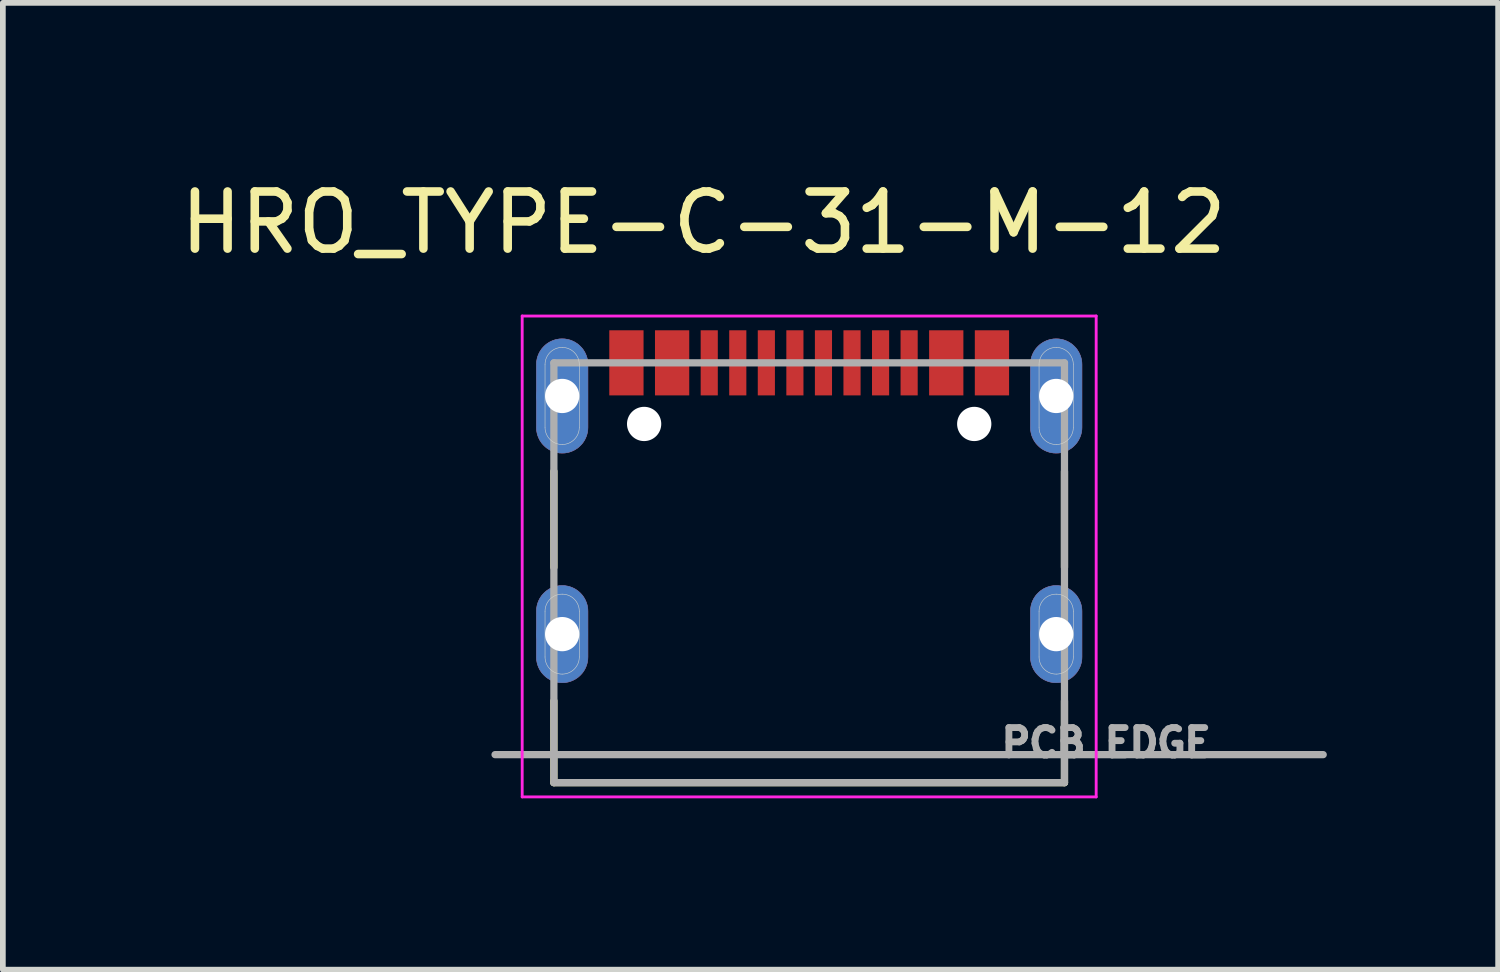
<source format=kicad_pcb>
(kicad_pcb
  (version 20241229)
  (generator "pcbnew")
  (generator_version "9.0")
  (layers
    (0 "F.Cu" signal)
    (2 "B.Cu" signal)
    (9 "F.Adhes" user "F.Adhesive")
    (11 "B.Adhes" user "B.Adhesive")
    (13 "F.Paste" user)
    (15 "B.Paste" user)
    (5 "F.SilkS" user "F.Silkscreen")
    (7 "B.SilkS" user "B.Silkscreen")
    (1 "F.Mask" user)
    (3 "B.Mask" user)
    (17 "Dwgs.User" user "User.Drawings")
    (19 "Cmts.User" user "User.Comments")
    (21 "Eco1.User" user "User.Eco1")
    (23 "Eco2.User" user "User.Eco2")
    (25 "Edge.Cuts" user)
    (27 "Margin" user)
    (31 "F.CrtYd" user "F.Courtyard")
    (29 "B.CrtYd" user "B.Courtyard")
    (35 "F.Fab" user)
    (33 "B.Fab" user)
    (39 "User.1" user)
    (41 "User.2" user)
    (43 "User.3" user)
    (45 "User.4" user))
  (footprint "HRO_TYPE-C-31-M-12"
    (layer "F.Cu")
    (at 11.118 8.053)
    (property "Reference" "HRO_TYPE-C-31-M-12" (at -1.85 -7.205 0) (layer "F.SilkS") (effects (font (size 1 1) (thickness 0.15))))
    (attr through_hole)
    (fp_poly (pts (xy -4.775 -3.62) (xy -4.775 -4.72) (xy -4.774 -4.744) (xy -4.773 -4.767) (xy -4.769 -4.79) (xy -4.765 -4.814) (xy -4.76 -4.836) (xy -4.753 -4.859) (xy -4.745 -4.881) (xy -4.736 -4.903) (xy -4.726 -4.924) (xy -4.715 -4.945) (xy -4.702 -4.965) (xy -4.689 -4.985) (xy -4.675 -5.003) (xy -4.659 -5.021) (xy -4.643 -5.038) (xy -4.626 -5.054) (xy -4.608 -5.07) (xy -4.59 -5.084) (xy -4.57 -5.097) (xy -4.55 -5.11) (xy -4.529 -5.121) (xy -4.508 -5.131) (xy -4.486 -5.14) (xy -4.464 -5.148) (xy -4.441 -5.155) (xy -4.419 -5.16) (xy -4.395 -5.164) (xy -4.372 -5.168) (xy -4.349 -5.169) (xy -4.325 -5.17) (xy -4.301 -5.169) (xy -4.278 -5.168) (xy -4.255 -5.164) (xy -4.231 -5.16) (xy -4.209 -5.155) (xy -4.186 -5.148) (xy -4.164 -5.14) (xy -4.142 -5.131) (xy -4.121 -5.121) (xy -4.1 -5.11) (xy -4.08 -5.097) (xy -4.06 -5.084) (xy -4.042 -5.07) (xy -4.024 -5.054) (xy -4.007 -5.038) (xy -3.991 -5.021) (xy -3.975 -5.003) (xy -3.961 -4.985) (xy -3.948 -4.965) (xy -3.935 -4.945) (xy -3.924 -4.924) (xy -3.914 -4.903) (xy -3.905 -4.881) (xy -3.897 -4.859) (xy -3.89 -4.836) (xy -3.885 -4.814) (xy -3.881 -4.79) (xy -3.877 -4.767) (xy -3.876 -4.744) (xy -3.875 -4.72) (xy -3.875 -3.62) (xy -3.876 -3.596) (xy -3.877 -3.573) (xy -3.881 -3.55) (xy -3.885 -3.526) (xy -3.89 -3.504) (xy -3.897 -3.481) (xy -3.905 -3.459) (xy -3.914 -3.437) (xy -3.924 -3.416) (xy -3.935 -3.395) (xy -3.948 -3.375) (xy -3.961 -3.355) (xy -3.975 -3.337) (xy -3.991 -3.319) (xy -4.007 -3.302) (xy -4.024 -3.286) (xy -4.042 -3.27) (xy -4.06 -3.256) (xy -4.08 -3.243) (xy -4.1 -3.23) (xy -4.121 -3.219) (xy -4.142 -3.209) (xy -4.164 -3.2) (xy -4.186 -3.192) (xy -4.209 -3.185) (xy -4.231 -3.18) (xy -4.255 -3.176) (xy -4.278 -3.172) (xy -4.301 -3.171) (xy -4.325 -3.17) (xy -4.349 -3.171) (xy -4.372 -3.172) (xy -4.395 -3.176) (xy -4.419 -3.18) (xy -4.441 -3.185) (xy -4.464 -3.192) (xy -4.486 -3.2) (xy -4.508 -3.209) (xy -4.529 -3.219) (xy -4.55 -3.23) (xy -4.57 -3.243) (xy -4.59 -3.256) (xy -4.608 -3.27) (xy -4.626 -3.286) (xy -4.643 -3.302) (xy -4.659 -3.319) (xy -4.675 -3.337) (xy -4.689 -3.355) (xy -4.702 -3.375) (xy -4.715 -3.395) (xy -4.726 -3.416) (xy -4.736 -3.437) (xy -4.745 -3.459) (xy -4.753 -3.481) (xy -4.76 -3.504) (xy -4.765 -3.526) (xy -4.769 -3.55) (xy -4.773 -3.573) (xy -4.774 -3.596) (xy -4.775 -3.62)) (stroke (width 0.01) (type solid)) (fill yes) (layer "F.Cu"))
    (fp_poly (pts (xy -4.775 0.4) (xy -4.775 -0.4) (xy -4.774 -0.424) (xy -4.773 -0.447) (xy -4.769 -0.47) (xy -4.765 -0.494) (xy -4.76 -0.516) (xy -4.753 -0.539) (xy -4.745 -0.561) (xy -4.736 -0.583) (xy -4.726 -0.604) (xy -4.715 -0.625) (xy -4.702 -0.645) (xy -4.689 -0.665) (xy -4.675 -0.683) (xy -4.659 -0.701) (xy -4.643 -0.718) (xy -4.626 -0.734) (xy -4.608 -0.75) (xy -4.59 -0.764) (xy -4.57 -0.777) (xy -4.55 -0.79) (xy -4.529 -0.801) (xy -4.508 -0.811) (xy -4.486 -0.82) (xy -4.464 -0.828) (xy -4.441 -0.835) (xy -4.419 -0.84) (xy -4.395 -0.844) (xy -4.372 -0.848) (xy -4.349 -0.849) (xy -4.325 -0.85) (xy -4.301 -0.849) (xy -4.278 -0.848) (xy -4.255 -0.844) (xy -4.231 -0.84) (xy -4.209 -0.835) (xy -4.186 -0.828) (xy -4.164 -0.82) (xy -4.142 -0.811) (xy -4.121 -0.801) (xy -4.1 -0.79) (xy -4.08 -0.777) (xy -4.06 -0.764) (xy -4.042 -0.75) (xy -4.024 -0.734) (xy -4.007 -0.718) (xy -3.991 -0.701) (xy -3.975 -0.683) (xy -3.961 -0.665) (xy -3.948 -0.645) (xy -3.935 -0.625) (xy -3.924 -0.604) (xy -3.914 -0.583) (xy -3.905 -0.561) (xy -3.897 -0.539) (xy -3.89 -0.516) (xy -3.885 -0.494) (xy -3.881 -0.47) (xy -3.877 -0.447) (xy -3.876 -0.424) (xy -3.875 -0.4) (xy -3.875 0.4) (xy -3.876 0.424) (xy -3.877 0.447) (xy -3.881 0.47) (xy -3.885 0.494) (xy -3.89 0.516) (xy -3.897 0.539) (xy -3.905 0.561) (xy -3.914 0.583) (xy -3.924 0.604) (xy -3.935 0.625) (xy -3.948 0.645) (xy -3.961 0.665) (xy -3.975 0.683) (xy -3.991 0.701) (xy -4.007 0.718) (xy -4.024 0.734) (xy -4.042 0.75) (xy -4.06 0.764) (xy -4.08 0.777) (xy -4.1 0.79) (xy -4.121 0.801) (xy -4.142 0.811) (xy -4.164 0.82) (xy -4.186 0.828) (xy -4.209 0.835) (xy -4.231 0.84) (xy -4.255 0.844) (xy -4.278 0.848) (xy -4.301 0.849) (xy -4.325 0.85) (xy -4.349 0.849) (xy -4.372 0.848) (xy -4.395 0.844) (xy -4.419 0.84) (xy -4.441 0.835) (xy -4.464 0.828) (xy -4.486 0.82) (xy -4.508 0.811) (xy -4.529 0.801) (xy -4.55 0.79) (xy -4.57 0.777) (xy -4.59 0.764) (xy -4.608 0.75) (xy -4.626 0.734) (xy -4.643 0.718) (xy -4.659 0.701) (xy -4.675 0.683) (xy -4.689 0.665) (xy -4.702 0.645) (xy -4.715 0.625) (xy -4.726 0.604) (xy -4.736 0.583) (xy -4.745 0.561) (xy -4.753 0.539) (xy -4.76 0.516) (xy -4.765 0.494) (xy -4.769 0.47) (xy -4.773 0.447) (xy -4.774 0.424) (xy -4.775 0.4)) (stroke (width 0.01) (type solid)) (fill yes) (layer "F.Cu"))
    (fp_poly (pts (xy 3.875 -3.62) (xy 3.875 -4.72) (xy 3.876 -4.744) (xy 3.877 -4.767) (xy 3.881 -4.79) (xy 3.885 -4.814) (xy 3.89 -4.836) (xy 3.897 -4.859) (xy 3.905 -4.881) (xy 3.914 -4.903) (xy 3.924 -4.924) (xy 3.935 -4.945) (xy 3.948 -4.965) (xy 3.961 -4.985) (xy 3.975 -5.003) (xy 3.991 -5.021) (xy 4.007 -5.038) (xy 4.024 -5.054) (xy 4.042 -5.07) (xy 4.06 -5.084) (xy 4.08 -5.097) (xy 4.1 -5.11) (xy 4.121 -5.121) (xy 4.142 -5.131) (xy 4.164 -5.14) (xy 4.186 -5.148) (xy 4.209 -5.155) (xy 4.231 -5.16) (xy 4.255 -5.164) (xy 4.278 -5.168) (xy 4.301 -5.169) (xy 4.325 -5.17) (xy 4.349 -5.169) (xy 4.372 -5.168) (xy 4.395 -5.164) (xy 4.419 -5.16) (xy 4.441 -5.155) (xy 4.464 -5.148) (xy 4.486 -5.14) (xy 4.508 -5.131) (xy 4.529 -5.121) (xy 4.55 -5.11) (xy 4.57 -5.097) (xy 4.59 -5.084) (xy 4.608 -5.07) (xy 4.626 -5.054) (xy 4.643 -5.038) (xy 4.659 -5.021) (xy 4.675 -5.003) (xy 4.689 -4.985) (xy 4.702 -4.965) (xy 4.715 -4.945) (xy 4.726 -4.924) (xy 4.736 -4.903) (xy 4.745 -4.881) (xy 4.753 -4.859) (xy 4.76 -4.836) (xy 4.765 -4.814) (xy 4.769 -4.79) (xy 4.773 -4.767) (xy 4.774 -4.744) (xy 4.775 -4.72) (xy 4.775 -3.62) (xy 4.774 -3.596) (xy 4.773 -3.573) (xy 4.769 -3.55) (xy 4.765 -3.526) (xy 4.76 -3.504) (xy 4.753 -3.481) (xy 4.745 -3.459) (xy 4.736 -3.437) (xy 4.726 -3.416) (xy 4.715 -3.395) (xy 4.702 -3.375) (xy 4.689 -3.355) (xy 4.675 -3.337) (xy 4.659 -3.319) (xy 4.643 -3.302) (xy 4.626 -3.286) (xy 4.608 -3.27) (xy 4.59 -3.256) (xy 4.57 -3.243) (xy 4.55 -3.23) (xy 4.529 -3.219) (xy 4.508 -3.209) (xy 4.486 -3.2) (xy 4.464 -3.192) (xy 4.441 -3.185) (xy 4.419 -3.18) (xy 4.395 -3.176) (xy 4.372 -3.172) (xy 4.349 -3.171) (xy 4.325 -3.17) (xy 4.301 -3.171) (xy 4.278 -3.172) (xy 4.255 -3.176) (xy 4.231 -3.18) (xy 4.209 -3.185) (xy 4.186 -3.192) (xy 4.164 -3.2) (xy 4.142 -3.209) (xy 4.121 -3.219) (xy 4.1 -3.23) (xy 4.08 -3.243) (xy 4.06 -3.256) (xy 4.042 -3.27) (xy 4.024 -3.286) (xy 4.007 -3.302) (xy 3.991 -3.319) (xy 3.975 -3.337) (xy 3.961 -3.355) (xy 3.948 -3.375) (xy 3.935 -3.395) (xy 3.924 -3.416) (xy 3.914 -3.437) (xy 3.905 -3.459) (xy 3.897 -3.481) (xy 3.89 -3.504) (xy 3.885 -3.526) (xy 3.881 -3.55) (xy 3.877 -3.573) (xy 3.876 -3.596) (xy 3.875 -3.62)) (stroke (width 0.01) (type solid)) (fill yes) (layer "F.Cu"))
    (fp_poly (pts (xy 3.875 0.4) (xy 3.875 -0.4) (xy 3.876 -0.424) (xy 3.877 -0.447) (xy 3.881 -0.47) (xy 3.885 -0.494) (xy 3.89 -0.516) (xy 3.897 -0.539) (xy 3.905 -0.561) (xy 3.914 -0.583) (xy 3.924 -0.604) (xy 3.935 -0.625) (xy 3.948 -0.645) (xy 3.961 -0.665) (xy 3.975 -0.683) (xy 3.991 -0.701) (xy 4.007 -0.718) (xy 4.024 -0.734) (xy 4.042 -0.75) (xy 4.06 -0.764) (xy 4.08 -0.777) (xy 4.1 -0.79) (xy 4.121 -0.801) (xy 4.142 -0.811) (xy 4.164 -0.82) (xy 4.186 -0.828) (xy 4.209 -0.835) (xy 4.231 -0.84) (xy 4.255 -0.844) (xy 4.278 -0.848) (xy 4.301 -0.849) (xy 4.325 -0.85) (xy 4.349 -0.849) (xy 4.372 -0.848) (xy 4.395 -0.844) (xy 4.419 -0.84) (xy 4.441 -0.835) (xy 4.464 -0.828) (xy 4.486 -0.82) (xy 4.508 -0.811) (xy 4.529 -0.801) (xy 4.55 -0.79) (xy 4.57 -0.777) (xy 4.59 -0.764) (xy 4.608 -0.75) (xy 4.626 -0.734) (xy 4.643 -0.718) (xy 4.659 -0.701) (xy 4.675 -0.683) (xy 4.689 -0.665) (xy 4.702 -0.645) (xy 4.715 -0.625) (xy 4.726 -0.604) (xy 4.736 -0.583) (xy 4.745 -0.561) (xy 4.753 -0.539) (xy 4.76 -0.516) (xy 4.765 -0.494) (xy 4.769 -0.47) (xy 4.773 -0.447) (xy 4.774 -0.424) (xy 4.775 -0.4) (xy 4.775 0.4) (xy 4.774 0.424) (xy 4.773 0.447) (xy 4.769 0.47) (xy 4.765 0.494) (xy 4.76 0.516) (xy 4.753 0.539) (xy 4.745 0.561) (xy 4.736 0.583) (xy 4.726 0.604) (xy 4.715 0.625) (xy 4.702 0.645) (xy 4.689 0.665) (xy 4.675 0.683) (xy 4.659 0.701) (xy 4.643 0.718) (xy 4.626 0.734) (xy 4.608 0.75) (xy 4.59 0.764) (xy 4.57 0.777) (xy 4.55 0.79) (xy 4.529 0.801) (xy 4.508 0.811) (xy 4.486 0.82) (xy 4.464 0.828) (xy 4.441 0.835) (xy 4.419 0.84) (xy 4.395 0.844) (xy 4.372 0.848) (xy 4.349 0.849) (xy 4.325 0.85) (xy 4.301 0.849) (xy 4.278 0.848) (xy 4.255 0.844) (xy 4.231 0.84) (xy 4.209 0.835) (xy 4.186 0.828) (xy 4.164 0.82) (xy 4.142 0.811) (xy 4.121 0.801) (xy 4.1 0.79) (xy 4.08 0.777) (xy 4.06 0.764) (xy 4.042 0.75) (xy 4.024 0.734) (xy 4.007 0.718) (xy 3.991 0.701) (xy 3.975 0.683) (xy 3.961 0.665) (xy 3.948 0.645) (xy 3.935 0.625) (xy 3.924 0.604) (xy 3.914 0.583) (xy 3.905 0.561) (xy 3.897 0.539) (xy 3.89 0.516) (xy 3.885 0.494) (xy 3.881 0.47) (xy 3.877 0.447) (xy 3.876 0.424) (xy 3.875 0.4)) (stroke (width 0.01) (type solid)) (fill yes) (layer "F.Cu"))
    (fp_poly (pts (xy -3.55 -5.37) (xy -2.85 -5.37) (xy -2.85 -4.13) (xy -3.55 -4.13)) (stroke (width 0.01) (type solid)) (fill yes) (layer "F.Mask"))
    (fp_poly (pts (xy -2.75 -5.37) (xy -2.05 -5.37) (xy -2.05 -4.13) (xy -2.75 -4.13)) (stroke (width 0.01) (type solid)) (fill yes) (layer "F.Mask"))
    (fp_poly (pts (xy -1.95 -5.37) (xy -1.55 -5.37) (xy -1.55 -4.13) (xy -1.95 -4.13)) (stroke (width 0.01) (type solid)) (fill yes) (layer "F.Mask"))
    (fp_poly (pts (xy -1.45 -5.37) (xy -1.05 -5.37) (xy -1.05 -4.13) (xy -1.45 -4.13)) (stroke (width 0.01) (type solid)) (fill yes) (layer "F.Mask"))
    (fp_poly (pts (xy -0.95 -5.37) (xy -0.55 -5.37) (xy -0.55 -4.13) (xy -0.95 -4.13)) (stroke (width 0.01) (type solid)) (fill yes) (layer "F.Mask"))
    (fp_poly (pts (xy -0.45 -5.37) (xy -0.05 -5.37) (xy -0.05 -4.13) (xy -0.45 -4.13)) (stroke (width 0.01) (type solid)) (fill yes) (layer "F.Mask"))
    (fp_poly (pts (xy 0.05 -5.37) (xy 0.45 -5.37) (xy 0.45 -4.13) (xy 0.05 -4.13)) (stroke (width 0.01) (type solid)) (fill yes) (layer "F.Mask"))
    (fp_poly (pts (xy 0.55 -5.37) (xy 0.95 -5.37) (xy 0.95 -4.13) (xy 0.55 -4.13)) (stroke (width 0.01) (type solid)) (fill yes) (layer "F.Mask"))
    (fp_poly (pts (xy 1.05 -5.37) (xy 1.45 -5.37) (xy 1.45 -4.13) (xy 1.05 -4.13)) (stroke (width 0.01) (type solid)) (fill yes) (layer "F.Mask"))
    (fp_poly (pts (xy 1.55 -5.37) (xy 1.95 -5.37) (xy 1.95 -4.13) (xy 1.55 -4.13)) (stroke (width 0.01) (type solid)) (fill yes) (layer "F.Mask"))
    (fp_poly (pts (xy 2.05 -5.37) (xy 2.75 -5.37) (xy 2.75 -4.13) (xy 2.05 -4.13)) (stroke (width 0.01) (type solid)) (fill yes) (layer "F.Mask"))
    (fp_poly (pts (xy 2.85 -5.37) (xy 3.55 -5.37) (xy 3.55 -4.13) (xy 2.85 -4.13)) (stroke (width 0.01) (type solid)) (fill yes) (layer "F.Mask"))
    (fp_poly (pts (xy -4.825 -3.62) (xy -4.825 -4.72) (xy -4.824 -4.746) (xy -4.822 -4.772) (xy -4.819 -4.798) (xy -4.814 -4.824) (xy -4.808 -4.849) (xy -4.801 -4.875) (xy -4.792 -4.899) (xy -4.782 -4.923) (xy -4.771 -4.947) (xy -4.758 -4.97) (xy -4.744 -4.992) (xy -4.73 -5.014) (xy -4.714 -5.035) (xy -4.697 -5.055) (xy -4.679 -5.074) (xy -4.66 -5.092) (xy -4.64 -5.109) (xy -4.619 -5.125) (xy -4.597 -5.139) (xy -4.575 -5.153) (xy -4.552 -5.166) (xy -4.528 -5.177) (xy -4.504 -5.187) (xy -4.48 -5.196) (xy -4.454 -5.203) (xy -4.429 -5.209) (xy -4.403 -5.214) (xy -4.377 -5.217) (xy -4.351 -5.219) (xy -4.325 -5.22) (xy -4.299 -5.219) (xy -4.273 -5.217) (xy -4.247 -5.214) (xy -4.221 -5.209) (xy -4.196 -5.203) (xy -4.17 -5.196) (xy -4.146 -5.187) (xy -4.122 -5.177) (xy -4.098 -5.166) (xy -4.075 -5.153) (xy -4.053 -5.139) (xy -4.031 -5.125) (xy -4.01 -5.109) (xy -3.99 -5.092) (xy -3.971 -5.074) (xy -3.953 -5.055) (xy -3.936 -5.035) (xy -3.92 -5.014) (xy -3.906 -4.992) (xy -3.892 -4.97) (xy -3.879 -4.947) (xy -3.868 -4.923) (xy -3.858 -4.899) (xy -3.849 -4.875) (xy -3.842 -4.849) (xy -3.836 -4.824) (xy -3.831 -4.798) (xy -3.828 -4.772) (xy -3.826 -4.746) (xy -3.825 -4.72) (xy -3.825 -3.62) (xy -3.826 -3.594) (xy -3.828 -3.568) (xy -3.831 -3.542) (xy -3.836 -3.516) (xy -3.842 -3.491) (xy -3.849 -3.465) (xy -3.858 -3.441) (xy -3.868 -3.417) (xy -3.879 -3.393) (xy -3.892 -3.37) (xy -3.906 -3.348) (xy -3.92 -3.326) (xy -3.936 -3.305) (xy -3.953 -3.285) (xy -3.971 -3.266) (xy -3.99 -3.248) (xy -4.01 -3.231) (xy -4.031 -3.215) (xy -4.053 -3.201) (xy -4.075 -3.187) (xy -4.098 -3.174) (xy -4.122 -3.163) (xy -4.146 -3.153) (xy -4.17 -3.144) (xy -4.196 -3.137) (xy -4.221 -3.131) (xy -4.247 -3.126) (xy -4.273 -3.123) (xy -4.299 -3.121) (xy -4.325 -3.12) (xy -4.351 -3.121) (xy -4.377 -3.123) (xy -4.403 -3.126) (xy -4.429 -3.131) (xy -4.454 -3.137) (xy -4.48 -3.144) (xy -4.504 -3.153) (xy -4.528 -3.163) (xy -4.552 -3.174) (xy -4.575 -3.187) (xy -4.597 -3.201) (xy -4.619 -3.215) (xy -4.64 -3.231) (xy -4.66 -3.248) (xy -4.679 -3.266) (xy -4.697 -3.285) (xy -4.714 -3.305) (xy -4.73 -3.326) (xy -4.744 -3.348) (xy -4.758 -3.37) (xy -4.771 -3.393) (xy -4.782 -3.417) (xy -4.792 -3.441) (xy -4.801 -3.465) (xy -4.808 -3.491) (xy -4.814 -3.516) (xy -4.819 -3.542) (xy -4.822 -3.568) (xy -4.824 -3.594) (xy -4.825 -3.62)) (stroke (width 0.01) (type solid)) (fill yes) (layer "F.Mask"))
    (fp_poly (pts (xy -4.825 0.4) (xy -4.825 -0.4) (xy -4.824 -0.426) (xy -4.822 -0.452) (xy -4.819 -0.478) (xy -4.814 -0.504) (xy -4.808 -0.529) (xy -4.801 -0.555) (xy -4.792 -0.579) (xy -4.782 -0.603) (xy -4.771 -0.627) (xy -4.758 -0.65) (xy -4.744 -0.672) (xy -4.73 -0.694) (xy -4.714 -0.715) (xy -4.697 -0.735) (xy -4.679 -0.754) (xy -4.66 -0.772) (xy -4.64 -0.789) (xy -4.619 -0.805) (xy -4.597 -0.819) (xy -4.575 -0.833) (xy -4.552 -0.846) (xy -4.528 -0.857) (xy -4.504 -0.867) (xy -4.48 -0.876) (xy -4.454 -0.883) (xy -4.429 -0.889) (xy -4.403 -0.894) (xy -4.377 -0.897) (xy -4.351 -0.899) (xy -4.325 -0.9) (xy -4.299 -0.899) (xy -4.273 -0.897) (xy -4.247 -0.894) (xy -4.221 -0.889) (xy -4.196 -0.883) (xy -4.17 -0.876) (xy -4.146 -0.867) (xy -4.122 -0.857) (xy -4.098 -0.846) (xy -4.075 -0.833) (xy -4.053 -0.819) (xy -4.031 -0.805) (xy -4.01 -0.789) (xy -3.99 -0.772) (xy -3.971 -0.754) (xy -3.953 -0.735) (xy -3.936 -0.715) (xy -3.92 -0.694) (xy -3.906 -0.672) (xy -3.892 -0.65) (xy -3.879 -0.627) (xy -3.868 -0.603) (xy -3.858 -0.579) (xy -3.849 -0.555) (xy -3.842 -0.529) (xy -3.836 -0.504) (xy -3.831 -0.478) (xy -3.828 -0.452) (xy -3.826 -0.426) (xy -3.825 -0.4) (xy -3.825 0.4) (xy -3.826 0.426) (xy -3.828 0.452) (xy -3.831 0.478) (xy -3.836 0.504) (xy -3.842 0.529) (xy -3.849 0.555) (xy -3.858 0.579) (xy -3.868 0.603) (xy -3.879 0.627) (xy -3.892 0.65) (xy -3.906 0.672) (xy -3.92 0.694) (xy -3.936 0.715) (xy -3.953 0.735) (xy -3.971 0.754) (xy -3.99 0.772) (xy -4.01 0.789) (xy -4.031 0.805) (xy -4.053 0.819) (xy -4.075 0.833) (xy -4.098 0.846) (xy -4.122 0.857) (xy -4.146 0.867) (xy -4.17 0.876) (xy -4.196 0.883) (xy -4.221 0.889) (xy -4.247 0.894) (xy -4.273 0.897) (xy -4.299 0.899) (xy -4.325 0.9) (xy -4.351 0.899) (xy -4.377 0.897) (xy -4.403 0.894) (xy -4.429 0.889) (xy -4.454 0.883) (xy -4.48 0.876) (xy -4.504 0.867) (xy -4.528 0.857) (xy -4.552 0.846) (xy -4.575 0.833) (xy -4.597 0.819) (xy -4.619 0.805) (xy -4.64 0.789) (xy -4.66 0.772) (xy -4.679 0.754) (xy -4.697 0.735) (xy -4.714 0.715) (xy -4.73 0.694) (xy -4.744 0.672) (xy -4.758 0.65) (xy -4.771 0.627) (xy -4.782 0.603) (xy -4.792 0.579) (xy -4.801 0.555) (xy -4.808 0.529) (xy -4.814 0.504) (xy -4.819 0.478) (xy -4.822 0.452) (xy -4.824 0.426) (xy -4.825 0.4)) (stroke (width 0.01) (type solid)) (fill yes) (layer "F.Mask"))
    (fp_poly (pts (xy 3.825 -3.63) (xy 3.825 -4.73) (xy 3.826 -4.76) (xy 3.829 -4.785) (xy 3.832 -4.811) (xy 3.838 -4.836) (xy 3.844 -4.861) (xy 3.852 -4.886) (xy 3.861 -4.91) (xy 3.871 -4.934) (xy 3.883 -4.957) (xy 3.896 -4.98) (xy 3.91 -5.002) (xy 3.925 -5.023) (xy 3.941 -5.043) (xy 3.958 -5.063) (xy 3.976 -5.081) (xy 3.995 -5.099) (xy 4.015 -5.115) (xy 4.036 -5.131) (xy 4.058 -5.145) (xy 4.08 -5.158) (xy 4.103 -5.17) (xy 4.127 -5.181) (xy 4.151 -5.19) (xy 4.175 -5.198) (xy 4.2 -5.205) (xy 4.226 -5.211) (xy 4.251 -5.215) (xy 4.277 -5.218) (xy 4.303 -5.22) (xy 4.325 -5.22) (xy 4.351 -5.219) (xy 4.377 -5.217) (xy 4.403 -5.214) (xy 4.429 -5.209) (xy 4.454 -5.203) (xy 4.48 -5.196) (xy 4.504 -5.187) (xy 4.528 -5.177) (xy 4.552 -5.166) (xy 4.575 -5.153) (xy 4.597 -5.139) (xy 4.619 -5.125) (xy 4.64 -5.109) (xy 4.66 -5.092) (xy 4.679 -5.074) (xy 4.697 -5.055) (xy 4.714 -5.035) (xy 4.73 -5.014) (xy 4.744 -4.992) (xy 4.758 -4.97) (xy 4.771 -4.947) (xy 4.782 -4.923) (xy 4.792 -4.899) (xy 4.801 -4.875) (xy 4.808 -4.849) (xy 4.814 -4.824) (xy 4.819 -4.798) (xy 4.822 -4.772) (xy 4.824 -4.746) (xy 4.825 -4.72) (xy 4.825 -3.62) (xy 4.824 -3.594) (xy 4.822 -3.568) (xy 4.819 -3.542) (xy 4.814 -3.516) (xy 4.808 -3.491) (xy 4.801 -3.465) (xy 4.792 -3.441) (xy 4.782 -3.417) (xy 4.771 -3.393) (xy 4.758 -3.37) (xy 4.744 -3.348) (xy 4.73 -3.326) (xy 4.714 -3.305) (xy 4.697 -3.285) (xy 4.679 -3.266) (xy 4.66 -3.248) (xy 4.64 -3.231) (xy 4.619 -3.215) (xy 4.597 -3.201) (xy 4.575 -3.187) (xy 4.552 -3.174) (xy 4.528 -3.163) (xy 4.504 -3.153) (xy 4.48 -3.144) (xy 4.454 -3.137) (xy 4.429 -3.131) (xy 4.403 -3.126) (xy 4.377 -3.123) (xy 4.351 -3.121) (xy 4.325 -3.12) (xy 4.295 -3.121) (xy 4.268 -3.124) (xy 4.242 -3.128) (xy 4.216 -3.133) (xy 4.191 -3.14) (xy 4.166 -3.147) (xy 4.141 -3.157) (xy 4.117 -3.167) (xy 4.093 -3.179) (xy 4.07 -3.192) (xy 4.048 -3.206) (xy 4.026 -3.222) (xy 4.005 -3.238) (xy 3.986 -3.256) (xy 3.967 -3.274) (xy 3.949 -3.294) (xy 3.932 -3.314) (xy 3.916 -3.335) (xy 3.902 -3.357) (xy 3.888 -3.38) (xy 3.876 -3.404) (xy 3.865 -3.428) (xy 3.855 -3.452) (xy 3.847 -3.477) (xy 3.84 -3.503) (xy 3.834 -3.529) (xy 3.83 -3.555) (xy 3.827 -3.581) (xy 3.825 -3.607) (xy 3.825 -3.63)) (stroke (width 0.01) (type solid)) (fill yes) (layer "F.Mask"))
    (fp_poly (pts (xy 3.825 0.4) (xy 3.825 -0.4) (xy 3.826 -0.426) (xy 3.828 -0.452) (xy 3.831 -0.478) (xy 3.836 -0.504) (xy 3.842 -0.529) (xy 3.849 -0.555) (xy 3.858 -0.579) (xy 3.868 -0.603) (xy 3.879 -0.627) (xy 3.892 -0.65) (xy 3.906 -0.672) (xy 3.92 -0.694) (xy 3.936 -0.715) (xy 3.953 -0.735) (xy 3.971 -0.754) (xy 3.99 -0.772) (xy 4.01 -0.789) (xy 4.031 -0.805) (xy 4.053 -0.819) (xy 4.075 -0.833) (xy 4.098 -0.846) (xy 4.122 -0.857) (xy 4.146 -0.867) (xy 4.17 -0.876) (xy 4.196 -0.883) (xy 4.221 -0.889) (xy 4.247 -0.894) (xy 4.273 -0.897) (xy 4.299 -0.899) (xy 4.325 -0.9) (xy 4.351 -0.899) (xy 4.377 -0.897) (xy 4.403 -0.894) (xy 4.429 -0.889) (xy 4.454 -0.883) (xy 4.48 -0.876) (xy 4.504 -0.867) (xy 4.528 -0.857) (xy 4.552 -0.846) (xy 4.575 -0.833) (xy 4.597 -0.819) (xy 4.619 -0.805) (xy 4.64 -0.789) (xy 4.66 -0.772) (xy 4.679 -0.754) (xy 4.697 -0.735) (xy 4.714 -0.715) (xy 4.73 -0.694) (xy 4.744 -0.672) (xy 4.758 -0.65) (xy 4.771 -0.627) (xy 4.782 -0.603) (xy 4.792 -0.579) (xy 4.801 -0.555) (xy 4.808 -0.529) (xy 4.814 -0.504) (xy 4.819 -0.478) (xy 4.822 -0.452) (xy 4.824 -0.426) (xy 4.825 -0.4) (xy 4.825 0.4) (xy 4.824 0.426) (xy 4.822 0.452) (xy 4.819 0.478) (xy 4.814 0.504) (xy 4.808 0.529) (xy 4.801 0.555) (xy 4.792 0.579) (xy 4.782 0.603) (xy 4.771 0.627) (xy 4.758 0.65) (xy 4.744 0.672) (xy 4.73 0.694) (xy 4.714 0.715) (xy 4.697 0.735) (xy 4.679 0.754) (xy 4.66 0.772) (xy 4.64 0.789) (xy 4.619 0.805) (xy 4.597 0.819) (xy 4.575 0.833) (xy 4.552 0.846) (xy 4.528 0.857) (xy 4.504 0.867) (xy 4.48 0.876) (xy 4.454 0.883) (xy 4.429 0.889) (xy 4.403 0.894) (xy 4.377 0.897) (xy 4.351 0.899) (xy 4.325 0.9) (xy 4.299 0.899) (xy 4.273 0.897) (xy 4.247 0.894) (xy 4.221 0.889) (xy 4.196 0.883) (xy 4.17 0.876) (xy 4.146 0.867) (xy 4.122 0.857) (xy 4.098 0.846) (xy 4.075 0.833) (xy 4.053 0.819) (xy 4.031 0.805) (xy 4.01 0.789) (xy 3.99 0.772) (xy 3.971 0.754) (xy 3.953 0.735) (xy 3.936 0.715) (xy 3.92 0.694) (xy 3.906 0.672) (xy 3.892 0.65) (xy 3.879 0.627) (xy 3.868 0.603) (xy 3.858 0.579) (xy 3.849 0.555) (xy 3.842 0.529) (xy 3.836 0.504) (xy 3.831 0.478) (xy 3.828 0.452) (xy 3.826 0.426) (xy 3.825 0.4)) (stroke (width 0.01) (type solid)) (fill yes) (layer "F.Mask"))
    (fp_poly (pts (xy -4.775 -3.62) (xy -4.775 -4.72) (xy -4.774 -4.744) (xy -4.773 -4.767) (xy -4.769 -4.79) (xy -4.765 -4.814) (xy -4.76 -4.836) (xy -4.753 -4.859) (xy -4.745 -4.881) (xy -4.736 -4.903) (xy -4.726 -4.924) (xy -4.715 -4.945) (xy -4.702 -4.965) (xy -4.689 -4.985) (xy -4.675 -5.003) (xy -4.659 -5.021) (xy -4.643 -5.038) (xy -4.626 -5.054) (xy -4.608 -5.07) (xy -4.59 -5.084) (xy -4.57 -5.097) (xy -4.55 -5.11) (xy -4.529 -5.121) (xy -4.508 -5.131) (xy -4.486 -5.14) (xy -4.464 -5.148) (xy -4.441 -5.155) (xy -4.419 -5.16) (xy -4.395 -5.164) (xy -4.372 -5.168) (xy -4.349 -5.169) (xy -4.325 -5.17) (xy -4.301 -5.169) (xy -4.278 -5.168) (xy -4.255 -5.164) (xy -4.231 -5.16) (xy -4.209 -5.155) (xy -4.186 -5.148) (xy -4.164 -5.14) (xy -4.142 -5.131) (xy -4.121 -5.121) (xy -4.1 -5.11) (xy -4.08 -5.097) (xy -4.06 -5.084) (xy -4.042 -5.07) (xy -4.024 -5.054) (xy -4.007 -5.038) (xy -3.991 -5.021) (xy -3.975 -5.003) (xy -3.961 -4.985) (xy -3.948 -4.965) (xy -3.935 -4.945) (xy -3.924 -4.924) (xy -3.914 -4.903) (xy -3.905 -4.881) (xy -3.897 -4.859) (xy -3.89 -4.836) (xy -3.885 -4.814) (xy -3.881 -4.79) (xy -3.877 -4.767) (xy -3.876 -4.744) (xy -3.875 -4.72) (xy -3.875 -3.62) (xy -3.876 -3.596) (xy -3.877 -3.573) (xy -3.881 -3.55) (xy -3.885 -3.526) (xy -3.89 -3.504) (xy -3.897 -3.481) (xy -3.905 -3.459) (xy -3.914 -3.437) (xy -3.924 -3.416) (xy -3.935 -3.395) (xy -3.948 -3.375) (xy -3.961 -3.355) (xy -3.975 -3.337) (xy -3.991 -3.319) (xy -4.007 -3.302) (xy -4.024 -3.286) (xy -4.042 -3.27) (xy -4.06 -3.256) (xy -4.08 -3.243) (xy -4.1 -3.23) (xy -4.121 -3.219) (xy -4.142 -3.209) (xy -4.164 -3.2) (xy -4.186 -3.192) (xy -4.209 -3.185) (xy -4.231 -3.18) (xy -4.255 -3.176) (xy -4.278 -3.172) (xy -4.301 -3.171) (xy -4.325 -3.17) (xy -4.349 -3.171) (xy -4.372 -3.172) (xy -4.395 -3.176) (xy -4.419 -3.18) (xy -4.441 -3.185) (xy -4.464 -3.192) (xy -4.486 -3.2) (xy -4.508 -3.209) (xy -4.529 -3.219) (xy -4.55 -3.23) (xy -4.57 -3.243) (xy -4.59 -3.256) (xy -4.608 -3.27) (xy -4.626 -3.286) (xy -4.643 -3.302) (xy -4.659 -3.319) (xy -4.675 -3.337) (xy -4.689 -3.355) (xy -4.702 -3.375) (xy -4.715 -3.395) (xy -4.726 -3.416) (xy -4.736 -3.437) (xy -4.745 -3.459) (xy -4.753 -3.481) (xy -4.76 -3.504) (xy -4.765 -3.526) (xy -4.769 -3.55) (xy -4.773 -3.573) (xy -4.774 -3.596) (xy -4.775 -3.62)) (stroke (width 0.01) (type solid)) (fill yes) (layer "B.Cu"))
    (fp_poly (pts (xy -4.775 0.4) (xy -4.775 -0.4) (xy -4.774 -0.424) (xy -4.773 -0.447) (xy -4.769 -0.47) (xy -4.765 -0.494) (xy -4.76 -0.516) (xy -4.753 -0.539) (xy -4.745 -0.561) (xy -4.736 -0.583) (xy -4.726 -0.604) (xy -4.715 -0.625) (xy -4.702 -0.645) (xy -4.689 -0.665) (xy -4.675 -0.683) (xy -4.659 -0.701) (xy -4.643 -0.718) (xy -4.626 -0.734) (xy -4.608 -0.75) (xy -4.59 -0.764) (xy -4.57 -0.777) (xy -4.55 -0.79) (xy -4.529 -0.801) (xy -4.508 -0.811) (xy -4.486 -0.82) (xy -4.464 -0.828) (xy -4.441 -0.835) (xy -4.419 -0.84) (xy -4.395 -0.844) (xy -4.372 -0.848) (xy -4.349 -0.849) (xy -4.325 -0.85) (xy -4.301 -0.849) (xy -4.278 -0.848) (xy -4.255 -0.844) (xy -4.231 -0.84) (xy -4.209 -0.835) (xy -4.186 -0.828) (xy -4.164 -0.82) (xy -4.142 -0.811) (xy -4.121 -0.801) (xy -4.1 -0.79) (xy -4.08 -0.777) (xy -4.06 -0.764) (xy -4.042 -0.75) (xy -4.024 -0.734) (xy -4.007 -0.718) (xy -3.991 -0.701) (xy -3.975 -0.683) (xy -3.961 -0.665) (xy -3.948 -0.645) (xy -3.935 -0.625) (xy -3.924 -0.604) (xy -3.914 -0.583) (xy -3.905 -0.561) (xy -3.897 -0.539) (xy -3.89 -0.516) (xy -3.885 -0.494) (xy -3.881 -0.47) (xy -3.877 -0.447) (xy -3.876 -0.424) (xy -3.875 -0.4) (xy -3.875 0.4) (xy -3.876 0.424) (xy -3.877 0.447) (xy -3.881 0.47) (xy -3.885 0.494) (xy -3.89 0.516) (xy -3.897 0.539) (xy -3.905 0.561) (xy -3.914 0.583) (xy -3.924 0.604) (xy -3.935 0.625) (xy -3.948 0.645) (xy -3.961 0.665) (xy -3.975 0.683) (xy -3.991 0.701) (xy -4.007 0.718) (xy -4.024 0.734) (xy -4.042 0.75) (xy -4.06 0.764) (xy -4.08 0.777) (xy -4.1 0.79) (xy -4.121 0.801) (xy -4.142 0.811) (xy -4.164 0.82) (xy -4.186 0.828) (xy -4.209 0.835) (xy -4.231 0.84) (xy -4.255 0.844) (xy -4.278 0.848) (xy -4.301 0.849) (xy -4.325 0.85) (xy -4.349 0.849) (xy -4.372 0.848) (xy -4.395 0.844) (xy -4.419 0.84) (xy -4.441 0.835) (xy -4.464 0.828) (xy -4.486 0.82) (xy -4.508 0.811) (xy -4.529 0.801) (xy -4.55 0.79) (xy -4.57 0.777) (xy -4.59 0.764) (xy -4.608 0.75) (xy -4.626 0.734) (xy -4.643 0.718) (xy -4.659 0.701) (xy -4.675 0.683) (xy -4.689 0.665) (xy -4.702 0.645) (xy -4.715 0.625) (xy -4.726 0.604) (xy -4.736 0.583) (xy -4.745 0.561) (xy -4.753 0.539) (xy -4.76 0.516) (xy -4.765 0.494) (xy -4.769 0.47) (xy -4.773 0.447) (xy -4.774 0.424) (xy -4.775 0.4)) (stroke (width 0.01) (type solid)) (fill yes) (layer "B.Cu"))
    (fp_poly (pts (xy 3.875 -3.62) (xy 3.875 -4.72) (xy 3.876 -4.744) (xy 3.877 -4.767) (xy 3.881 -4.79) (xy 3.885 -4.814) (xy 3.89 -4.836) (xy 3.897 -4.859) (xy 3.905 -4.881) (xy 3.914 -4.903) (xy 3.924 -4.924) (xy 3.935 -4.945) (xy 3.948 -4.965) (xy 3.961 -4.985) (xy 3.975 -5.003) (xy 3.991 -5.021) (xy 4.007 -5.038) (xy 4.024 -5.054) (xy 4.042 -5.07) (xy 4.06 -5.084) (xy 4.08 -5.097) (xy 4.1 -5.11) (xy 4.121 -5.121) (xy 4.142 -5.131) (xy 4.164 -5.14) (xy 4.186 -5.148) (xy 4.209 -5.155) (xy 4.231 -5.16) (xy 4.255 -5.164) (xy 4.278 -5.168) (xy 4.301 -5.169) (xy 4.325 -5.17) (xy 4.349 -5.169) (xy 4.372 -5.168) (xy 4.395 -5.164) (xy 4.419 -5.16) (xy 4.441 -5.155) (xy 4.464 -5.148) (xy 4.486 -5.14) (xy 4.508 -5.131) (xy 4.529 -5.121) (xy 4.55 -5.11) (xy 4.57 -5.097) (xy 4.59 -5.084) (xy 4.608 -5.07) (xy 4.626 -5.054) (xy 4.643 -5.038) (xy 4.659 -5.021) (xy 4.675 -5.003) (xy 4.689 -4.985) (xy 4.702 -4.965) (xy 4.715 -4.945) (xy 4.726 -4.924) (xy 4.736 -4.903) (xy 4.745 -4.881) (xy 4.753 -4.859) (xy 4.76 -4.836) (xy 4.765 -4.814) (xy 4.769 -4.79) (xy 4.773 -4.767) (xy 4.774 -4.744) (xy 4.775 -4.72) (xy 4.775 -3.62) (xy 4.774 -3.596) (xy 4.773 -3.573) (xy 4.769 -3.55) (xy 4.765 -3.526) (xy 4.76 -3.504) (xy 4.753 -3.481) (xy 4.745 -3.459) (xy 4.736 -3.437) (xy 4.726 -3.416) (xy 4.715 -3.395) (xy 4.702 -3.375) (xy 4.689 -3.355) (xy 4.675 -3.337) (xy 4.659 -3.319) (xy 4.643 -3.302) (xy 4.626 -3.286) (xy 4.608 -3.27) (xy 4.59 -3.256) (xy 4.57 -3.243) (xy 4.55 -3.23) (xy 4.529 -3.219) (xy 4.508 -3.209) (xy 4.486 -3.2) (xy 4.464 -3.192) (xy 4.441 -3.185) (xy 4.419 -3.18) (xy 4.395 -3.176) (xy 4.372 -3.172) (xy 4.349 -3.171) (xy 4.325 -3.17) (xy 4.301 -3.171) (xy 4.278 -3.172) (xy 4.255 -3.176) (xy 4.231 -3.18) (xy 4.209 -3.185) (xy 4.186 -3.192) (xy 4.164 -3.2) (xy 4.142 -3.209) (xy 4.121 -3.219) (xy 4.1 -3.23) (xy 4.08 -3.243) (xy 4.06 -3.256) (xy 4.042 -3.27) (xy 4.024 -3.286) (xy 4.007 -3.302) (xy 3.991 -3.319) (xy 3.975 -3.337) (xy 3.961 -3.355) (xy 3.948 -3.375) (xy 3.935 -3.395) (xy 3.924 -3.416) (xy 3.914 -3.437) (xy 3.905 -3.459) (xy 3.897 -3.481) (xy 3.89 -3.504) (xy 3.885 -3.526) (xy 3.881 -3.55) (xy 3.877 -3.573) (xy 3.876 -3.596) (xy 3.875 -3.62)) (stroke (width 0.01) (type solid)) (fill yes) (layer "B.Cu"))
    (fp_poly (pts (xy 3.875 0.4) (xy 3.875 -0.4) (xy 3.876 -0.424) (xy 3.877 -0.447) (xy 3.881 -0.47) (xy 3.885 -0.494) (xy 3.89 -0.516) (xy 3.897 -0.539) (xy 3.905 -0.561) (xy 3.914 -0.583) (xy 3.924 -0.604) (xy 3.935 -0.625) (xy 3.948 -0.645) (xy 3.961 -0.665) (xy 3.975 -0.683) (xy 3.991 -0.701) (xy 4.007 -0.718) (xy 4.024 -0.734) (xy 4.042 -0.75) (xy 4.06 -0.764) (xy 4.08 -0.777) (xy 4.1 -0.79) (xy 4.121 -0.801) (xy 4.142 -0.811) (xy 4.164 -0.82) (xy 4.186 -0.828) (xy 4.209 -0.835) (xy 4.231 -0.84) (xy 4.255 -0.844) (xy 4.278 -0.848) (xy 4.301 -0.849) (xy 4.325 -0.85) (xy 4.349 -0.849) (xy 4.372 -0.848) (xy 4.395 -0.844) (xy 4.419 -0.84) (xy 4.441 -0.835) (xy 4.464 -0.828) (xy 4.486 -0.82) (xy 4.508 -0.811) (xy 4.529 -0.801) (xy 4.55 -0.79) (xy 4.57 -0.777) (xy 4.59 -0.764) (xy 4.608 -0.75) (xy 4.626 -0.734) (xy 4.643 -0.718) (xy 4.659 -0.701) (xy 4.675 -0.683) (xy 4.689 -0.665) (xy 4.702 -0.645) (xy 4.715 -0.625) (xy 4.726 -0.604) (xy 4.736 -0.583) (xy 4.745 -0.561) (xy 4.753 -0.539) (xy 4.76 -0.516) (xy 4.765 -0.494) (xy 4.769 -0.47) (xy 4.773 -0.447) (xy 4.774 -0.424) (xy 4.775 -0.4) (xy 4.775 0.4) (xy 4.774 0.424) (xy 4.773 0.447) (xy 4.769 0.47) (xy 4.765 0.494) (xy 4.76 0.516) (xy 4.753 0.539) (xy 4.745 0.561) (xy 4.736 0.583) (xy 4.726 0.604) (xy 4.715 0.625) (xy 4.702 0.645) (xy 4.689 0.665) (xy 4.675 0.683) (xy 4.659 0.701) (xy 4.643 0.718) (xy 4.626 0.734) (xy 4.608 0.75) (xy 4.59 0.764) (xy 4.57 0.777) (xy 4.55 0.79) (xy 4.529 0.801) (xy 4.508 0.811) (xy 4.486 0.82) (xy 4.464 0.828) (xy 4.441 0.835) (xy 4.419 0.84) (xy 4.395 0.844) (xy 4.372 0.848) (xy 4.349 0.849) (xy 4.325 0.85) (xy 4.301 0.849) (xy 4.278 0.848) (xy 4.255 0.844) (xy 4.231 0.84) (xy 4.209 0.835) (xy 4.186 0.828) (xy 4.164 0.82) (xy 4.142 0.811) (xy 4.121 0.801) (xy 4.1 0.79) (xy 4.08 0.777) (xy 4.06 0.764) (xy 4.042 0.75) (xy 4.024 0.734) (xy 4.007 0.718) (xy 3.991 0.701) (xy 3.975 0.683) (xy 3.961 0.665) (xy 3.948 0.645) (xy 3.935 0.625) (xy 3.924 0.604) (xy 3.914 0.583) (xy 3.905 0.561) (xy 3.897 0.539) (xy 3.89 0.516) (xy 3.885 0.494) (xy 3.881 0.47) (xy 3.877 0.447) (xy 3.876 0.424) (xy 3.875 0.4)) (stroke (width 0.01) (type solid)) (fill yes) (layer "B.Cu"))
    (fp_poly (pts (xy -4.825 -3.62) (xy -4.825 -4.72) (xy -4.824 -4.746) (xy -4.822 -4.772) (xy -4.819 -4.798) (xy -4.814 -4.824) (xy -4.808 -4.849) (xy -4.801 -4.875) (xy -4.792 -4.899) (xy -4.782 -4.923) (xy -4.771 -4.947) (xy -4.758 -4.97) (xy -4.744 -4.992) (xy -4.73 -5.014) (xy -4.714 -5.035) (xy -4.697 -5.055) (xy -4.679 -5.074) (xy -4.66 -5.092) (xy -4.64 -5.109) (xy -4.619 -5.125) (xy -4.597 -5.139) (xy -4.575 -5.153) (xy -4.552 -5.166) (xy -4.528 -5.177) (xy -4.504 -5.187) (xy -4.48 -5.196) (xy -4.454 -5.203) (xy -4.429 -5.209) (xy -4.403 -5.214) (xy -4.377 -5.217) (xy -4.351 -5.219) (xy -4.325 -5.22) (xy -4.299 -5.219) (xy -4.273 -5.217) (xy -4.247 -5.214) (xy -4.221 -5.209) (xy -4.196 -5.203) (xy -4.17 -5.196) (xy -4.146 -5.187) (xy -4.122 -5.177) (xy -4.098 -5.166) (xy -4.075 -5.153) (xy -4.053 -5.139) (xy -4.031 -5.125) (xy -4.01 -5.109) (xy -3.99 -5.092) (xy -3.971 -5.074) (xy -3.953 -5.055) (xy -3.936 -5.035) (xy -3.92 -5.014) (xy -3.906 -4.992) (xy -3.892 -4.97) (xy -3.879 -4.947) (xy -3.868 -4.923) (xy -3.858 -4.899) (xy -3.849 -4.875) (xy -3.842 -4.849) (xy -3.836 -4.824) (xy -3.831 -4.798) (xy -3.828 -4.772) (xy -3.826 -4.746) (xy -3.825 -4.72) (xy -3.825 -3.62) (xy -3.826 -3.594) (xy -3.828 -3.568) (xy -3.831 -3.542) (xy -3.836 -3.516) (xy -3.842 -3.491) (xy -3.849 -3.465) (xy -3.858 -3.441) (xy -3.868 -3.417) (xy -3.879 -3.393) (xy -3.892 -3.37) (xy -3.906 -3.348) (xy -3.92 -3.326) (xy -3.936 -3.305) (xy -3.953 -3.285) (xy -3.971 -3.266) (xy -3.99 -3.248) (xy -4.01 -3.231) (xy -4.031 -3.215) (xy -4.053 -3.201) (xy -4.075 -3.187) (xy -4.098 -3.174) (xy -4.122 -3.163) (xy -4.146 -3.153) (xy -4.17 -3.144) (xy -4.196 -3.137) (xy -4.221 -3.131) (xy -4.247 -3.126) (xy -4.273 -3.123) (xy -4.299 -3.121) (xy -4.325 -3.12) (xy -4.351 -3.121) (xy -4.377 -3.123) (xy -4.403 -3.126) (xy -4.429 -3.131) (xy -4.454 -3.137) (xy -4.48 -3.144) (xy -4.504 -3.153) (xy -4.528 -3.163) (xy -4.552 -3.174) (xy -4.575 -3.187) (xy -4.597 -3.201) (xy -4.619 -3.215) (xy -4.64 -3.231) (xy -4.66 -3.248) (xy -4.679 -3.266) (xy -4.697 -3.285) (xy -4.714 -3.305) (xy -4.73 -3.326) (xy -4.744 -3.348) (xy -4.758 -3.37) (xy -4.771 -3.393) (xy -4.782 -3.417) (xy -4.792 -3.441) (xy -4.801 -3.465) (xy -4.808 -3.491) (xy -4.814 -3.516) (xy -4.819 -3.542) (xy -4.822 -3.568) (xy -4.824 -3.594) (xy -4.825 -3.62)) (stroke (width 0.01) (type solid)) (fill yes) (layer "B.Mask"))
    (fp_poly (pts (xy -4.825 0.4) (xy -4.825 -0.4) (xy -4.824 -0.426) (xy -4.822 -0.452) (xy -4.819 -0.478) (xy -4.814 -0.504) (xy -4.808 -0.529) (xy -4.801 -0.555) (xy -4.792 -0.579) (xy -4.782 -0.603) (xy -4.771 -0.627) (xy -4.758 -0.65) (xy -4.744 -0.672) (xy -4.73 -0.694) (xy -4.714 -0.715) (xy -4.697 -0.735) (xy -4.679 -0.754) (xy -4.66 -0.772) (xy -4.64 -0.789) (xy -4.619 -0.805) (xy -4.597 -0.819) (xy -4.575 -0.833) (xy -4.552 -0.846) (xy -4.528 -0.857) (xy -4.504 -0.867) (xy -4.48 -0.876) (xy -4.454 -0.883) (xy -4.429 -0.889) (xy -4.403 -0.894) (xy -4.377 -0.897) (xy -4.351 -0.899) (xy -4.325 -0.9) (xy -4.299 -0.899) (xy -4.273 -0.897) (xy -4.247 -0.894) (xy -4.221 -0.889) (xy -4.196 -0.883) (xy -4.17 -0.876) (xy -4.146 -0.867) (xy -4.122 -0.857) (xy -4.098 -0.846) (xy -4.075 -0.833) (xy -4.053 -0.819) (xy -4.031 -0.805) (xy -4.01 -0.789) (xy -3.99 -0.772) (xy -3.971 -0.754) (xy -3.953 -0.735) (xy -3.936 -0.715) (xy -3.92 -0.694) (xy -3.906 -0.672) (xy -3.892 -0.65) (xy -3.879 -0.627) (xy -3.868 -0.603) (xy -3.858 -0.579) (xy -3.849 -0.555) (xy -3.842 -0.529) (xy -3.836 -0.504) (xy -3.831 -0.478) (xy -3.828 -0.452) (xy -3.826 -0.426) (xy -3.825 -0.4) (xy -3.825 0.4) (xy -3.826 0.426) (xy -3.828 0.452) (xy -3.831 0.478) (xy -3.836 0.504) (xy -3.842 0.529) (xy -3.849 0.555) (xy -3.858 0.579) (xy -3.868 0.603) (xy -3.879 0.627) (xy -3.892 0.65) (xy -3.906 0.672) (xy -3.92 0.694) (xy -3.936 0.715) (xy -3.953 0.735) (xy -3.971 0.754) (xy -3.99 0.772) (xy -4.01 0.789) (xy -4.031 0.805) (xy -4.053 0.819) (xy -4.075 0.833) (xy -4.098 0.846) (xy -4.122 0.857) (xy -4.146 0.867) (xy -4.17 0.876) (xy -4.196 0.883) (xy -4.221 0.889) (xy -4.247 0.894) (xy -4.273 0.897) (xy -4.299 0.899) (xy -4.325 0.9) (xy -4.351 0.899) (xy -4.377 0.897) (xy -4.403 0.894) (xy -4.429 0.889) (xy -4.454 0.883) (xy -4.48 0.876) (xy -4.504 0.867) (xy -4.528 0.857) (xy -4.552 0.846) (xy -4.575 0.833) (xy -4.597 0.819) (xy -4.619 0.805) (xy -4.64 0.789) (xy -4.66 0.772) (xy -4.679 0.754) (xy -4.697 0.735) (xy -4.714 0.715) (xy -4.73 0.694) (xy -4.744 0.672) (xy -4.758 0.65) (xy -4.771 0.627) (xy -4.782 0.603) (xy -4.792 0.579) (xy -4.801 0.555) (xy -4.808 0.529) (xy -4.814 0.504) (xy -4.819 0.478) (xy -4.822 0.452) (xy -4.824 0.426) (xy -4.825 0.4)) (stroke (width 0.01) (type solid)) (fill yes) (layer "B.Mask"))
    (fp_poly (pts (xy 3.825 -3.63) (xy 3.825 -4.73) (xy 3.826 -4.76) (xy 3.829 -4.785) (xy 3.832 -4.811) (xy 3.838 -4.836) (xy 3.844 -4.861) (xy 3.852 -4.886) (xy 3.861 -4.91) (xy 3.871 -4.934) (xy 3.883 -4.957) (xy 3.896 -4.98) (xy 3.91 -5.002) (xy 3.925 -5.023) (xy 3.941 -5.043) (xy 3.958 -5.063) (xy 3.976 -5.081) (xy 3.995 -5.099) (xy 4.015 -5.115) (xy 4.036 -5.131) (xy 4.058 -5.145) (xy 4.08 -5.158) (xy 4.103 -5.17) (xy 4.127 -5.181) (xy 4.151 -5.19) (xy 4.175 -5.198) (xy 4.2 -5.205) (xy 4.226 -5.211) (xy 4.251 -5.215) (xy 4.277 -5.218) (xy 4.303 -5.22) (xy 4.325 -5.22) (xy 4.351 -5.219) (xy 4.377 -5.217) (xy 4.403 -5.214) (xy 4.429 -5.209) (xy 4.454 -5.203) (xy 4.48 -5.196) (xy 4.504 -5.187) (xy 4.528 -5.177) (xy 4.552 -5.166) (xy 4.575 -5.153) (xy 4.597 -5.139) (xy 4.619 -5.125) (xy 4.64 -5.109) (xy 4.66 -5.092) (xy 4.679 -5.074) (xy 4.697 -5.055) (xy 4.714 -5.035) (xy 4.73 -5.014) (xy 4.744 -4.992) (xy 4.758 -4.97) (xy 4.771 -4.947) (xy 4.782 -4.923) (xy 4.792 -4.899) (xy 4.801 -4.875) (xy 4.808 -4.849) (xy 4.814 -4.824) (xy 4.819 -4.798) (xy 4.822 -4.772) (xy 4.824 -4.746) (xy 4.825 -4.72) (xy 4.825 -3.62) (xy 4.824 -3.594) (xy 4.822 -3.568) (xy 4.819 -3.542) (xy 4.814 -3.516) (xy 4.808 -3.491) (xy 4.801 -3.465) (xy 4.792 -3.441) (xy 4.782 -3.417) (xy 4.771 -3.393) (xy 4.758 -3.37) (xy 4.744 -3.348) (xy 4.73 -3.326) (xy 4.714 -3.305) (xy 4.697 -3.285) (xy 4.679 -3.266) (xy 4.66 -3.248) (xy 4.64 -3.231) (xy 4.619 -3.215) (xy 4.597 -3.201) (xy 4.575 -3.187) (xy 4.552 -3.174) (xy 4.528 -3.163) (xy 4.504 -3.153) (xy 4.48 -3.144) (xy 4.454 -3.137) (xy 4.429 -3.131) (xy 4.403 -3.126) (xy 4.377 -3.123) (xy 4.351 -3.121) (xy 4.325 -3.12) (xy 4.295 -3.121) (xy 4.268 -3.124) (xy 4.242 -3.128) (xy 4.216 -3.133) (xy 4.191 -3.14) (xy 4.166 -3.147) (xy 4.141 -3.157) (xy 4.117 -3.167) (xy 4.093 -3.179) (xy 4.07 -3.192) (xy 4.048 -3.206) (xy 4.026 -3.222) (xy 4.005 -3.238) (xy 3.986 -3.256) (xy 3.967 -3.274) (xy 3.949 -3.294) (xy 3.932 -3.314) (xy 3.916 -3.335) (xy 3.902 -3.357) (xy 3.888 -3.38) (xy 3.876 -3.404) (xy 3.865 -3.428) (xy 3.855 -3.452) (xy 3.847 -3.477) (xy 3.84 -3.503) (xy 3.834 -3.529) (xy 3.83 -3.555) (xy 3.827 -3.581) (xy 3.825 -3.607) (xy 3.825 -3.63)) (stroke (width 0.01) (type solid)) (fill yes) (layer "B.Mask"))
    (fp_poly (pts (xy 3.825 0.4) (xy 3.825 -0.4) (xy 3.826 -0.426) (xy 3.828 -0.452) (xy 3.831 -0.478) (xy 3.836 -0.504) (xy 3.842 -0.529) (xy 3.849 -0.555) (xy 3.858 -0.579) (xy 3.868 -0.603) (xy 3.879 -0.627) (xy 3.892 -0.65) (xy 3.906 -0.672) (xy 3.92 -0.694) (xy 3.936 -0.715) (xy 3.953 -0.735) (xy 3.971 -0.754) (xy 3.99 -0.772) (xy 4.01 -0.789) (xy 4.031 -0.805) (xy 4.053 -0.819) (xy 4.075 -0.833) (xy 4.098 -0.846) (xy 4.122 -0.857) (xy 4.146 -0.867) (xy 4.17 -0.876) (xy 4.196 -0.883) (xy 4.221 -0.889) (xy 4.247 -0.894) (xy 4.273 -0.897) (xy 4.299 -0.899) (xy 4.325 -0.9) (xy 4.351 -0.899) (xy 4.377 -0.897) (xy 4.403 -0.894) (xy 4.429 -0.889) (xy 4.454 -0.883) (xy 4.48 -0.876) (xy 4.504 -0.867) (xy 4.528 -0.857) (xy 4.552 -0.846) (xy 4.575 -0.833) (xy 4.597 -0.819) (xy 4.619 -0.805) (xy 4.64 -0.789) (xy 4.66 -0.772) (xy 4.679 -0.754) (xy 4.697 -0.735) (xy 4.714 -0.715) (xy 4.73 -0.694) (xy 4.744 -0.672) (xy 4.758 -0.65) (xy 4.771 -0.627) (xy 4.782 -0.603) (xy 4.792 -0.579) (xy 4.801 -0.555) (xy 4.808 -0.529) (xy 4.814 -0.504) (xy 4.819 -0.478) (xy 4.822 -0.452) (xy 4.824 -0.426) (xy 4.825 -0.4) (xy 4.825 0.4) (xy 4.824 0.426) (xy 4.822 0.452) (xy 4.819 0.478) (xy 4.814 0.504) (xy 4.808 0.529) (xy 4.801 0.555) (xy 4.792 0.579) (xy 4.782 0.603) (xy 4.771 0.627) (xy 4.758 0.65) (xy 4.744 0.672) (xy 4.73 0.694) (xy 4.714 0.715) (xy 4.697 0.735) (xy 4.679 0.754) (xy 4.66 0.772) (xy 4.64 0.789) (xy 4.619 0.805) (xy 4.597 0.819) (xy 4.575 0.833) (xy 4.552 0.846) (xy 4.528 0.857) (xy 4.504 0.867) (xy 4.48 0.876) (xy 4.454 0.883) (xy 4.429 0.889) (xy 4.403 0.894) (xy 4.377 0.897) (xy 4.351 0.899) (xy 4.325 0.9) (xy 4.299 0.899) (xy 4.273 0.897) (xy 4.247 0.894) (xy 4.221 0.889) (xy 4.196 0.883) (xy 4.17 0.876) (xy 4.146 0.867) (xy 4.122 0.857) (xy 4.098 0.846) (xy 4.075 0.833) (xy 4.053 0.819) (xy 4.031 0.805) (xy 4.01 0.789) (xy 3.99 0.772) (xy 3.971 0.754) (xy 3.953 0.735) (xy 3.936 0.715) (xy 3.92 0.694) (xy 3.906 0.672) (xy 3.892 0.65) (xy 3.879 0.627) (xy 3.868 0.603) (xy 3.858 0.579) (xy 3.849 0.555) (xy 3.842 0.529) (xy 3.836 0.504) (xy 3.831 0.478) (xy 3.828 0.452) (xy 3.826 0.426) (xy 3.825 0.4)) (stroke (width 0.01) (type solid)) (fill yes) (layer "B.Mask"))
    (fp_line (start -4.47 -2.85) (end -4.47 -1.17) (stroke (width 0.127) (type solid)) (layer "F.SilkS"))
    (fp_line (start -4.47 2.6) (end -4.47 1.17) (stroke (width 0.127) (type solid)) (layer "F.SilkS"))
    (fp_line (start -4.47 2.6) (end 4.47 2.6) (stroke (width 0.127) (type solid)) (layer "F.SilkS"))
    (fp_line (start 4.47 -2.85) (end 4.47 -1.17) (stroke (width 0.127) (type solid)) (layer "F.SilkS"))
    (fp_line (start 4.47 2.6) (end 4.47 1.17) (stroke (width 0.127) (type solid)) (layer "F.SilkS"))
    (fp_line (start -4.625 -3.62) (end -4.625 -4.72) (stroke (width 0.01) (type solid)) (layer "Edge.Cuts"))
    (fp_line (start -4.625 0.4) (end -4.625 -0.4) (stroke (width 0.01) (type solid)) (layer "Edge.Cuts"))
    (fp_line (start -4.025 -4.72) (end -4.025 -3.62) (stroke (width 0.01) (type solid)) (layer "Edge.Cuts"))
    (fp_line (start -4.025 -0.4) (end -4.025 0.4) (stroke (width 0.01) (type solid)) (layer "Edge.Cuts"))
    (fp_line (start 4.025 -3.62) (end 4.025 -4.72) (stroke (width 0.01) (type solid)) (layer "Edge.Cuts"))
    (fp_line (start 4.025 0.4) (end 4.025 -0.4) (stroke (width 0.01) (type solid)) (layer "Edge.Cuts"))
    (fp_line (start 4.625 -4.72) (end 4.625 -3.62) (stroke (width 0.01) (type solid)) (layer "Edge.Cuts"))
    (fp_line (start 4.625 -0.4) (end 4.625 0.4) (stroke (width 0.01) (type solid)) (layer "Edge.Cuts"))
    (fp_arc (start -4.625 -4.72) (mid -4.537132 -4.932132) (end -4.325 -5.02) (stroke (width 0.01) (type solid)) (layer "Edge.Cuts"))
    (fp_arc (start -4.625 -0.4) (mid -4.537132 -0.612132) (end -4.325 -0.7) (stroke (width 0.01) (type solid)) (layer "Edge.Cuts"))
    (fp_arc (start -4.325 -5.02) (mid -4.112868 -4.932132) (end -4.025 -4.72) (stroke (width 0.01) (type solid)) (layer "Edge.Cuts"))
    (fp_arc (start -4.325 -3.32) (mid -4.537132 -3.407868) (end -4.625 -3.62) (stroke (width 0.01) (type solid)) (layer "Edge.Cuts"))
    (fp_arc (start -4.325 -0.7) (mid -4.112868 -0.612132) (end -4.025 -0.4) (stroke (width 0.01) (type solid)) (layer "Edge.Cuts"))
    (fp_arc (start -4.325 0.7) (mid -4.537132 0.612132) (end -4.625 0.4) (stroke (width 0.01) (type solid)) (layer "Edge.Cuts"))
    (fp_arc (start -4.025 -3.62) (mid -4.112868 -3.407868) (end -4.325 -3.32) (stroke (width 0.01) (type solid)) (layer "Edge.Cuts"))
    (fp_arc (start -4.025 0.4) (mid -4.112868 0.612132) (end -4.325 0.7) (stroke (width 0.01) (type solid)) (layer "Edge.Cuts"))
    (fp_arc (start 4.025 -4.72) (mid 4.112868 -4.932132) (end 4.325 -5.02) (stroke (width 0.01) (type solid)) (layer "Edge.Cuts"))
    (fp_arc (start 4.025 -0.4) (mid 4.112868 -0.612132) (end 4.325 -0.7) (stroke (width 0.01) (type solid)) (layer "Edge.Cuts"))
    (fp_arc (start 4.325 -5.02) (mid 4.537132 -4.932132) (end 4.625 -4.72) (stroke (width 0.01) (type solid)) (layer "Edge.Cuts"))
    (fp_arc (start 4.325 -3.32) (mid 4.112868 -3.407868) (end 4.025 -3.62) (stroke (width 0.01) (type solid)) (layer "Edge.Cuts"))
    (fp_arc (start 4.325 -0.7) (mid 4.537132 -0.612132) (end 4.625 -0.4) (stroke (width 0.01) (type solid)) (layer "Edge.Cuts"))
    (fp_arc (start 4.325 0.7) (mid 4.112868 0.612132) (end 4.025 0.4) (stroke (width 0.01) (type solid)) (layer "Edge.Cuts"))
    (fp_arc (start 4.625 -3.62) (mid 4.537132 -3.407868) (end 4.325 -3.32) (stroke (width 0.01) (type solid)) (layer "Edge.Cuts"))
    (fp_arc (start 4.625 0.4) (mid 4.537132 0.612132) (end 4.325 0.7) (stroke (width 0.01) (type solid)) (layer "Edge.Cuts"))
    (fp_line (start -5.025 -5.57) (end -5.025 2.85) (stroke (width 0.05) (type solid)) (layer "F.CrtYd"))
    (fp_line (start -5.025 2.85) (end 5.025 2.85) (stroke (width 0.05) (type solid)) (layer "F.CrtYd"))
    (fp_line (start 5.025 -5.57) (end -5.025 -5.57) (stroke (width 0.05) (type solid)) (layer "F.CrtYd"))
    (fp_line (start 5.025 2.85) (end 5.025 -5.57) (stroke (width 0.05) (type solid)) (layer "F.CrtYd"))
    (fp_line (start -5.5 2.11) (end 9 2.11) (stroke (width 0.127) (type solid)) (layer "F.Fab"))
    (fp_line (start -4.47 -4.75) (end -4.47 2.6) (stroke (width 0.127) (type solid)) (layer "F.Fab"))
    (fp_line (start -4.47 2.6) (end 4.47 2.6) (stroke (width 0.127) (type solid)) (layer "F.Fab"))
    (fp_line (start 4.47 -4.75) (end -4.47 -4.75) (stroke (width 0.127) (type solid)) (layer "F.Fab"))
    (fp_line (start 4.47 2.6) (end 4.47 -4.75) (stroke (width 0.127) (type solid)) (layer "F.Fab"))
    (fp_text user "PCB EDGE" (at 5.2 1.9 0) (layer "F.Fab") (effects (font (size 0.48 0.48) (thickness 0.15))))
    (pad "" np_thru_hole circle (at -2.89 -3.68) (size 0.6 0.6) (drill 0.6) (layers "*.Cu" "*.Mask"))
    (pad "" np_thru_hole circle (at 2.89 -3.68) (size 0.6 0.6) (drill 0.6) (layers "*.Cu" "*.Mask"))
    (pad "A1/B12" smd rect (at -3.2 -4.75) (size 0.6 1.14) (layers "F.Cu" "F.Paste"))
    (pad "A4/B9" smd rect (at -2.4 -4.75) (size 0.6 1.14) (layers "F.Cu" "F.Paste"))
    (pad "A5" smd rect (at -1.25 -4.75) (size 0.3 1.14) (layers "F.Cu" "F.Paste"))
    (pad "A6" smd rect (at -0.25 -4.75) (size 0.3 1.14) (layers "F.Cu" "F.Paste"))
    (pad "A7" smd rect (at 0.25 -4.75) (size 0.3 1.14) (layers "F.Cu" "F.Paste"))
    (pad "A8" smd rect (at 1.25 -4.75) (size 0.3 1.14) (layers "F.Cu" "F.Paste"))
    (pad "B1/A12" smd rect (at 3.2 -4.75) (size 0.6 1.14) (layers "F.Cu" "F.Paste"))
    (pad "B4/A9" smd rect (at 2.4 -4.75) (size 0.6 1.14) (layers "F.Cu" "F.Paste"))
    (pad "B5" smd rect (at 1.75 -4.75) (size 0.3 1.14) (layers "F.Cu" "F.Paste"))
    (pad "B6" smd rect (at 0.75 -4.75) (size 0.3 1.14) (layers "F.Cu" "F.Paste"))
    (pad "B7" smd rect (at -0.75 -4.75) (size 0.3 1.14) (layers "F.Cu" "F.Paste"))
    (pad "B8" smd rect (at -1.75 -4.75) (size 0.3 1.14) (layers "F.Cu" "F.Paste"))
    (pad "S1" thru_hole circle (at -4.325 -4.17) (size 0.9 0.9) (drill 0.6) (layers "*.Cu"))
    (pad "S2" thru_hole circle (at 4.325 -4.17) (size 0.9 0.9) (drill 0.6) (layers "*.Cu"))
    (pad "S3" thru_hole circle (at -4.325 0) (size 0.9 0.9) (drill 0.6) (layers "*.Cu"))
    (pad "S4" thru_hole circle (at 4.325 0) (size 0.9 0.9) (drill 0.6) (layers "*.Cu")))
  (gr_rect
    (start -3 -3)
    (end 23.181 13.928)
    (stroke (width 0.1) (type default))
    (fill no)
    (layer "Edge.Cuts")))
</source>
